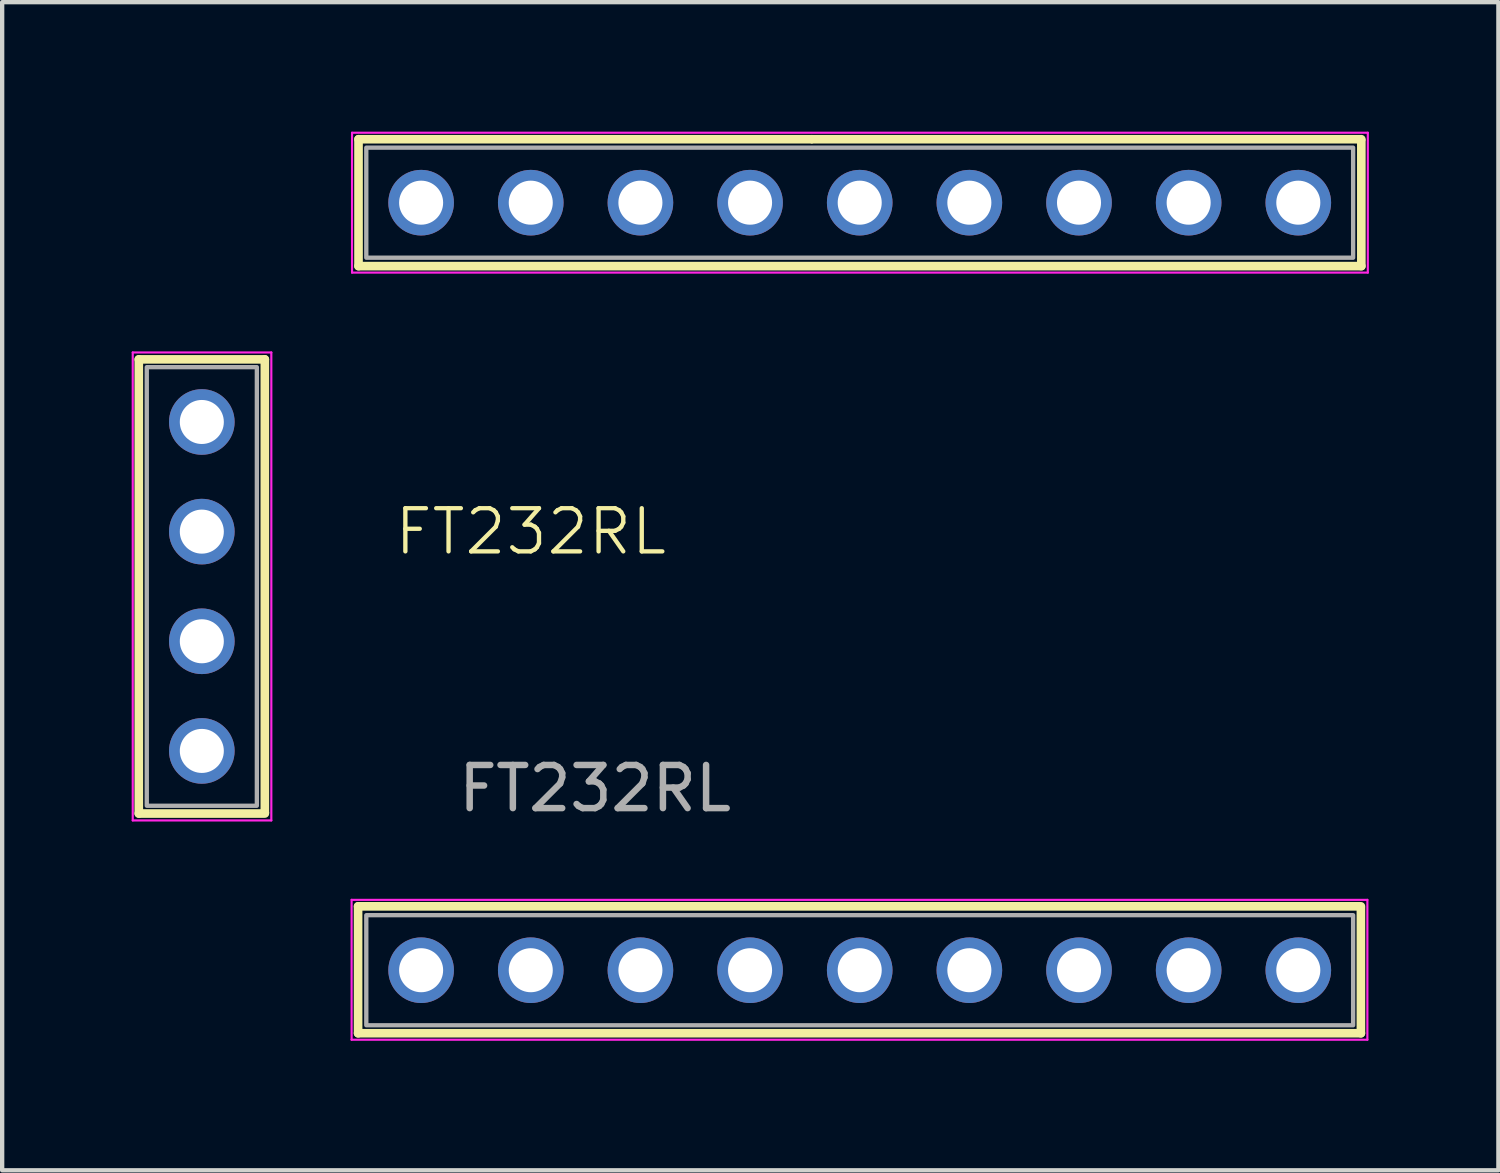
<source format=kicad_pcb>
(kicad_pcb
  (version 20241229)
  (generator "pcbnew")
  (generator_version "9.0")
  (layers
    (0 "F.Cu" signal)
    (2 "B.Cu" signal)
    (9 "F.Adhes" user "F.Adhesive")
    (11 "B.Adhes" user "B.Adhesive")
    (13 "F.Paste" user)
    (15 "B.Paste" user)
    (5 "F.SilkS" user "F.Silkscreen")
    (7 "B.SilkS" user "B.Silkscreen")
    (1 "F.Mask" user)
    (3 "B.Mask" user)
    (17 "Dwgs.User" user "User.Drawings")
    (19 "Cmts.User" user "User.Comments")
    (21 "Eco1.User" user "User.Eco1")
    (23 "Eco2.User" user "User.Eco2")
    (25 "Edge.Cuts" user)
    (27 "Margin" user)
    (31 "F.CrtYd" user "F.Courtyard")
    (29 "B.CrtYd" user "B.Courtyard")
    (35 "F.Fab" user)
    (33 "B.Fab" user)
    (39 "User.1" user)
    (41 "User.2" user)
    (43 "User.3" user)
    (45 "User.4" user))
  (footprint "FT232RL"
    (layer "F.Cu")
    (at 1.625 14.345)
    (property "Reference" "FT232RL" (at 7.62 -5.08 0) (unlocked yes) (layer "F.SilkS") (effects (font (size 1 1) (thickness 0.1))))
    (attr through_hole)
    (fp_line (start -1.46 -9.07) (end -1.46 1.45) (stroke (width 0.2) (type solid)) (layer "F.SilkS"))
    (fp_line (start -1.46 1.45) (end 1.46 1.45) (stroke (width 0.2) (type solid)) (layer "F.SilkS"))
    (fp_line (start 1.41 1.43) (end 1.51 1.43) (stroke (width 0.1) (type default)) (layer "F.SilkS"))
    (fp_line (start 1.46 -9.07) (end -1.46 -9.07) (stroke (width 0.2) (type solid)) (layer "F.SilkS"))
    (fp_line (start 1.46 1.43) (end 1.46 -9.07) (stroke (width 0.2) (type solid)) (layer "F.SilkS"))
    (fp_line (start 3.62 3.6) (end 3.62 6.54) (stroke (width 0.2) (type solid)) (layer "F.SilkS"))
    (fp_line (start 3.62 6.54) (end 26.85 6.54) (stroke (width 0.2) (type solid)) (layer "F.SilkS"))
    (fp_line (start 3.63 -14.17) (end 3.63 -11.23) (stroke (width 0.2) (type solid)) (layer "F.SilkS"))
    (fp_line (start 3.63 -11.23) (end 26.86 -11.23) (stroke (width 0.2) (type solid)) (layer "F.SilkS"))
    (fp_line (start 14.13 -14.12) (end 14.13 -14.22) (stroke (width 0.1) (type default)) (layer "F.SilkS"))
    (fp_line (start 26.85 3.6) (end 3.62 3.6) (stroke (width 0.2) (type solid)) (layer "F.SilkS"))
    (fp_line (start 26.85 6.54) (end 26.85 3.63) (stroke (width 0.2) (type solid)) (layer "F.SilkS"))
    (fp_line (start 26.86 -14.17) (end 3.63 -14.17) (stroke (width 0.2) (type solid)) (layer "F.SilkS"))
    (fp_line (start 26.86 -11.23) (end 26.86 -14.14) (stroke (width 0.2) (type solid)) (layer "F.SilkS"))
    (fp_line (start -1.6 -9.23) (end -1.6 1.61) (stroke (width 0.05) (type default)) (layer "F.CrtYd"))
    (fp_line (start -1.6 1.61) (end 1.61 1.61) (stroke (width 0.05) (type default)) (layer "F.CrtYd"))
    (fp_line (start 1.61 -9.23) (end -1.6 -9.23) (stroke (width 0.05) (type default)) (layer "F.CrtYd"))
    (fp_line (start 1.61 1.61) (end 1.61 -9.23) (stroke (width 0.05) (type default)) (layer "F.CrtYd"))
    (fp_line (start 3.47 3.45) (end 3.47 6.69) (stroke (width 0.05) (type default)) (layer "F.CrtYd"))
    (fp_line (start 3.47 6.69) (end 27 6.69) (stroke (width 0.05) (type default)) (layer "F.CrtYd"))
    (fp_line (start 3.48 -14.32) (end 3.48 -11.08) (stroke (width 0.05) (type default)) (layer "F.CrtYd"))
    (fp_line (start 3.48 -11.08) (end 27.01 -11.08) (stroke (width 0.05) (type default)) (layer "F.CrtYd"))
    (fp_line (start 27 3.45) (end 3.47 3.45) (stroke (width 0.05) (type default)) (layer "F.CrtYd"))
    (fp_line (start 27 6.69) (end 27 3.45) (stroke (width 0.05) (type default)) (layer "F.CrtYd"))
    (fp_line (start 27.01 -14.32) (end 3.48 -14.32) (stroke (width 0.05) (type default)) (layer "F.CrtYd"))
    (fp_line (start 27.01 -11.08) (end 27.01 -14.32) (stroke (width 0.05) (type default)) (layer "F.CrtYd"))
    (fp_rect (start -1.275 -8.89) (end 1.275 1.27) (stroke (width 0.1) (type default)) (fill no) (layer "F.Fab"))
    (fp_rect (start 3.81 -13.975) (end 26.67 -11.425) (stroke (width 0.1) (type default)) (fill no) (layer "F.Fab"))
    (fp_rect (start 3.81 3.805) (end 26.67 6.355) (stroke (width 0.1) (type default)) (fill no) (layer "F.Fab"))
    (fp_text user "${REFERENCE}" (at 9.11 0.87 0) (unlocked yes) (layer "F.Fab") (effects (font (size 1 1) (thickness 0.15))))
    (pad "1" thru_hole circle (at 0 0) (size 1.52 1.52) (drill 1.02) (layers "*.Cu" "*.Mask"))
    (pad "2" thru_hole circle (at 0 -2.54) (size 1.52 1.52) (drill 1.02) (layers "*.Cu" "*.Mask"))
    (pad "3" thru_hole circle (at 0 -5.08) (size 1.52 1.52) (drill 1.02) (layers "*.Cu" "*.Mask"))
    (pad "4" thru_hole circle (at 0 -7.62) (size 1.52 1.52) (drill 1.02) (layers "*.Cu" "*.Mask"))
    (pad "5" thru_hole circle (at 5.08 -12.7) (size 1.52 1.52) (drill 1.02) (layers "*.Cu" "*.Mask"))
    (pad "6" thru_hole circle (at 7.62 -12.7) (size 1.52 1.52) (drill 1.02) (layers "*.Cu" "*.Mask"))
    (pad "7" thru_hole circle (at 10.16 -12.7) (size 1.52 1.52) (drill 1.02) (layers "*.Cu" "*.Mask"))
    (pad "8" thru_hole circle (at 12.7 -12.7) (size 1.52 1.52) (drill 1.02) (layers "*.Cu" "*.Mask"))
    (pad "9" thru_hole circle (at 15.24 -12.7) (size 1.52 1.52) (drill 1.02) (layers "*.Cu" "*.Mask"))
    (pad "10" thru_hole circle (at 17.78 -12.7) (size 1.52 1.52) (drill 1.02) (layers "*.Cu" "*.Mask"))
    (pad "11" thru_hole circle (at 20.32 -12.7) (size 1.52 1.52) (drill 1.02) (layers "*.Cu" "*.Mask"))
    (pad "12" thru_hole circle (at 22.86 -12.7) (size 1.52 1.52) (drill 1.02) (layers "*.Cu" "*.Mask"))
    (pad "13" thru_hole circle (at 25.4 -12.7) (size 1.52 1.52) (drill 1.02) (layers "*.Cu" "*.Mask"))
    (pad "14" thru_hole circle (at 5.08 5.08) (size 1.52 1.52) (drill 1.02) (layers "*.Cu" "*.Mask"))
    (pad "15" thru_hole circle (at 7.62 5.08) (size 1.52 1.52) (drill 1.02) (layers "*.Cu" "*.Mask"))
    (pad "16" thru_hole circle (at 10.16 5.08) (size 1.52 1.52) (drill 1.02) (layers "*.Cu" "*.Mask"))
    (pad "17" thru_hole circle (at 12.7 5.08) (size 1.52 1.52) (drill 1.02) (layers "*.Cu" "*.Mask"))
    (pad "18" thru_hole circle (at 15.24 5.08) (size 1.52 1.52) (drill 1.02) (layers "*.Cu" "*.Mask"))
    (pad "19" thru_hole circle (at 17.78 5.08) (size 1.52 1.52) (drill 1.02) (layers "*.Cu" "*.Mask"))
    (pad "20" thru_hole circle (at 20.32 5.08) (size 1.52 1.52) (drill 1.02) (layers "*.Cu" "*.Mask"))
    (pad "21" thru_hole circle (at 22.86 5.08) (size 1.52 1.52) (drill 1.02) (layers "*.Cu" "*.Mask"))
    (pad "22" thru_hole circle (at 25.4 5.08) (size 1.52 1.52) (drill 1.02) (layers "*.Cu" "*.Mask")))
  (gr_rect
    (start -3 -3)
    (end 31.66 24.06)
    (stroke (width 0.1) (type default))
    (fill no)
    (layer "Edge.Cuts")))
</source>
